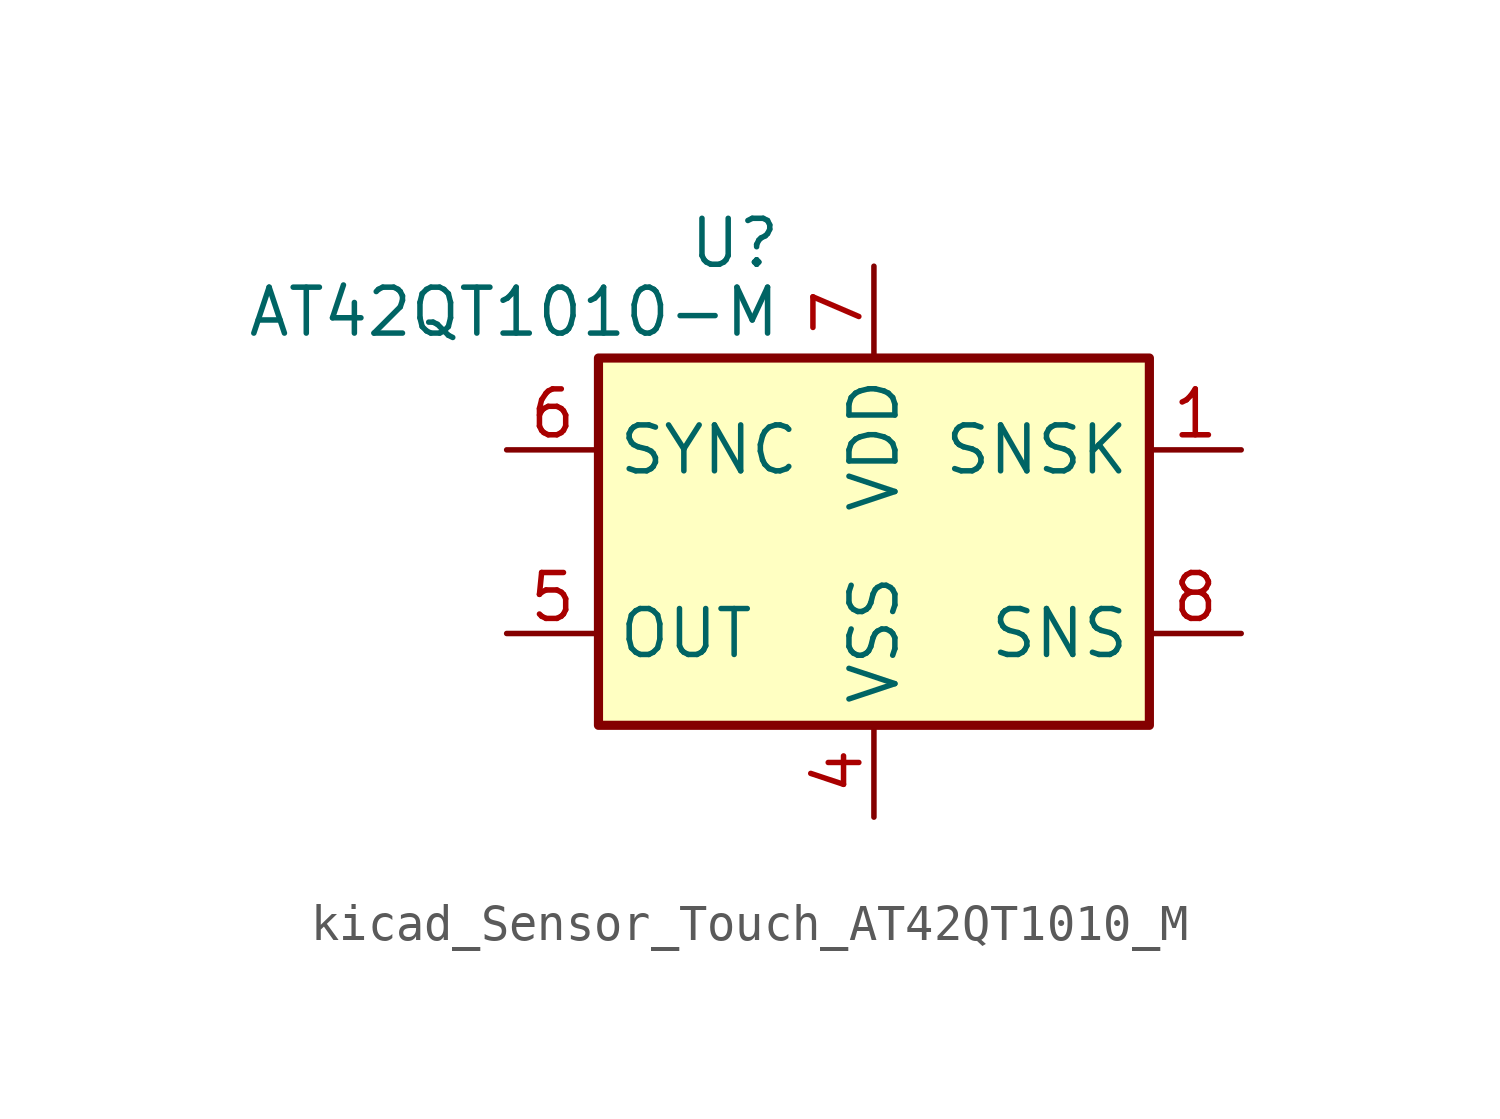
<source format=kicad_sym>
(kicad_symbol_lib
  (version 20220914)
  (generator kicad_symbol_editor)
  (symbol "kicad_Sensor_Touch_AT42QT1010_M"
    (property "Reference" "U"
      (at -2.54 8.255 0)
      (effects (font (size 1.27 1.27)) (justify right)))
    (property "Value" "AT42QT1010-M"
      (at -2.54 6.35 0)
      (effects (font (size 1.27 1.27)) (justify right)))
    (symbol "kicad_Sensor_Touch_AT42QT1010_M_0_1"
      (rectangle (start -7.62 5.08) (end 7.62 -5.08) (stroke (width 0.254) (type default)) (fill (type background))))
    (symbol "kicad_Sensor_Touch_AT42QT1010_M_1_1"
      (pin passive line (at 10.16 2.54 180) (length 2.54) (name "SNSK" (effects (font (size 1.27 1.27)))) (number "1" (effects (font (size 1.27 1.27)))))
      (pin no_connect line (at -7.62 0 0) (length 2.54) hide (name "NC" (effects (font (size 1.27 1.27)))) (number "2" (effects (font (size 1.27 1.27)))))
      (pin no_connect line (at 7.62 0 180) (length 2.54) hide (name "NC" (effects (font (size 1.27 1.27)))) (number "3" (effects (font (size 1.27 1.27)))))
      (pin power_in line (at 0 -7.62 90) (length 2.54) (name "VSS" (effects (font (size 1.27 1.27)))) (number "4" (effects (font (size 1.27 1.27)))))
      (pin output line (at -10.16 -2.54 0) (length 2.54) (name "OUT" (effects (font (size 1.27 1.27)))) (number "5" (effects (font (size 1.27 1.27)))))
      (pin input line (at -10.16 2.54 0) (length 2.54) (name "SYNC" (effects (font (size 1.27 1.27)))) (number "6" (effects (font (size 1.27 1.27)))))
      (pin power_in line (at 0 7.62 270) (length 2.54) (name "VDD" (effects (font (size 1.27 1.27)))) (number "7" (effects (font (size 1.27 1.27)))))
      (pin passive line (at 10.16 -2.54 180) (length 2.54) (name "SNS" (effects (font (size 1.27 1.27)))) (number "8" (effects (font (size 1.27 1.27)))))
      (pin passive line (at 0 -7.62 90) (length 2.54) hide (name "VSS" (effects (font (size 1.27 1.27)))) (number "9" (effects (font (size 1.27 1.27))))))))
</source>
